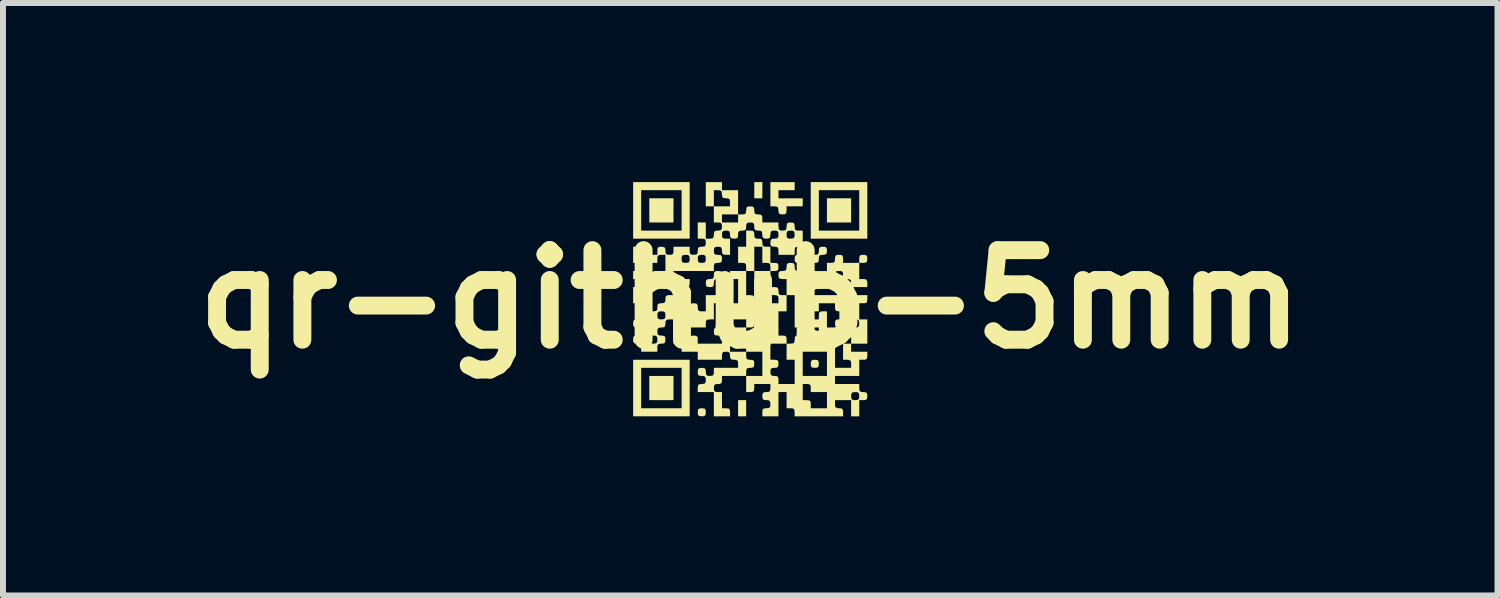
<source format=kicad_pcb>
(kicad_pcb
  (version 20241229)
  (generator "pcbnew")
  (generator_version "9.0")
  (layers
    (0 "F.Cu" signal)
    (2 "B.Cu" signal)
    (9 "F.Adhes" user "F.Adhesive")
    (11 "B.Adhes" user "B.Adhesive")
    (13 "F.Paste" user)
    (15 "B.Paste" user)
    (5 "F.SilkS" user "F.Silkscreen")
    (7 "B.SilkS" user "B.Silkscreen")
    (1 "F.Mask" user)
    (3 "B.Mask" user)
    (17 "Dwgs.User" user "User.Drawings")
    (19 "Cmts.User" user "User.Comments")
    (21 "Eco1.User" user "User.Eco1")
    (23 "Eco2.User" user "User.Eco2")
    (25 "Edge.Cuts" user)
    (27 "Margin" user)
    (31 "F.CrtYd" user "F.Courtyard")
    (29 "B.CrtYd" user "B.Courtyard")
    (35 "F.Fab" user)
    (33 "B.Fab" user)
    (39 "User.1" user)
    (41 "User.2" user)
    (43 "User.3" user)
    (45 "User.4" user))
  (footprint "qr-github-5mm"
    (layer "F.Cu")
    (at 9.514 1.961)
    (property "Reference" "qr-github-5mm" (at 0 0 0) (layer "F.SilkS") (effects (font (size 1.5 1.5) (thickness 0.3))))
    (attr board_only exclude_from_pos_files exclude_from_bom)
    (fp_poly (pts (xy -1.69 -0.406) (xy -1.69 -0.338) (xy -1.826 -0.338) (xy -1.961 -0.338) (xy -1.961 -0.406) (xy -1.961 -0.473) (xy -1.826 -0.473) (xy -1.69 -0.473)) (stroke (width 0) (type solid)) (fill yes) (layer "F.SilkS"))
    (fp_poly (pts (xy -1.285 -1.487) (xy -1.285 -1.285) (xy -1.487 -1.285) (xy -1.69 -1.285) (xy -1.69 -1.487) (xy -1.69 -1.69) (xy -1.487 -1.69) (xy -1.285 -1.69)) (stroke (width 0) (type solid)) (fill yes) (layer "F.SilkS"))
    (fp_poly (pts (xy -1.285 1.487) (xy -1.285 1.69) (xy -1.487 1.69) (xy -1.69 1.69) (xy -1.69 1.487) (xy -1.69 1.285) (xy -1.487 1.285) (xy -1.285 1.285)) (stroke (width 0) (type solid)) (fill yes) (layer "F.SilkS"))
    (fp_poly (pts (xy -0.068 1.826) (xy -0.068 1.961) (xy -0.135 1.961) (xy -0.203 1.961) (xy -0.203 1.826) (xy -0.203 1.69) (xy -0.135 1.69) (xy -0.068 1.69)) (stroke (width 0) (type solid)) (fill yes) (layer "F.SilkS"))
    (fp_poly (pts (xy 0.203 -1.826) (xy 0.203 -1.69) (xy 0.135 -1.69) (xy 0.068 -1.69) (xy 0.068 -1.826) (xy 0.068 -1.961) (xy 0.135 -1.961) (xy 0.203 -1.961)) (stroke (width 0) (type solid)) (fill yes) (layer "F.SilkS"))
    (fp_poly (pts (xy 1.69 -1.487) (xy 1.69 -1.285) (xy 1.487 -1.285) (xy 1.285 -1.285) (xy 1.285 -1.487) (xy 1.285 -1.69) (xy 1.487 -1.69) (xy 1.69 -1.69)) (stroke (width 0) (type solid)) (fill yes) (layer "F.SilkS"))
    (fp_poly (pts (xy -0.763 1.831) (xy -0.746 1.857) (xy -0.744 1.893) (xy -0.749 1.941) (xy -0.776 1.959) (xy -0.811 1.961) (xy -0.859 1.955) (xy -0.877 1.929) (xy -0.879 1.893) (xy -0.873 1.845) (xy -0.847 1.828) (xy -0.811 1.826)) (stroke (width 0) (type solid)) (fill yes) (layer "F.SilkS"))
    (fp_poly (pts (xy -0.493 0.479) (xy -0.475 0.505) (xy -0.473 0.541) (xy -0.479 0.589) (xy -0.505 0.606) (xy -0.541 0.609) (xy -0.589 0.603) (xy -0.606 0.577) (xy -0.609 0.541) (xy -0.603 0.493) (xy -0.577 0.475) (xy -0.541 0.473)) (stroke (width 0) (type solid)) (fill yes) (layer "F.SilkS"))
    (fp_poly (pts (xy 0.859 -0.738) (xy 0.877 -0.712) (xy 0.879 -0.676) (xy 0.873 -0.628) (xy 0.847 -0.611) (xy 0.811 -0.609) (xy 0.763 -0.614) (xy 0.746 -0.64) (xy 0.744 -0.676) (xy 0.749 -0.724) (xy 0.776 -0.742) (xy 0.811 -0.744)) (stroke (width 0) (type solid)) (fill yes) (layer "F.SilkS"))
    (fp_poly (pts (xy 1.13 1.02) (xy 1.147 1.046) (xy 1.149 1.082) (xy 1.144 1.13) (xy 1.117 1.147) (xy 1.082 1.149) (xy 1.034 1.144) (xy 1.016 1.117) (xy 1.014 1.082) (xy 1.02 1.034) (xy 1.046 1.016) (xy 1.082 1.014)) (stroke (width 0) (type solid)) (fill yes) (layer "F.SilkS"))
    (fp_poly (pts (xy 1.535 0.344) (xy 1.553 0.37) (xy 1.555 0.406) (xy 1.55 0.454) (xy 1.523 0.471) (xy 1.487 0.473) (xy 1.44 0.468) (xy 1.422 0.441) (xy 1.42 0.406) (xy 1.425 0.358) (xy 1.452 0.34) (xy 1.487 0.338)) (stroke (width 0) (type solid)) (fill yes) (layer "F.SilkS"))
    (fp_poly (pts (xy -1.014 -1.487) (xy -1.014 -1.014) (xy -1.487 -1.014) (xy -1.961 -1.014) (xy -1.961 -1.487) (xy -1.826 -1.487) (xy -1.826 -1.149) (xy -1.487 -1.149) (xy -1.149 -1.149) (xy -1.149 -1.487) (xy -1.149 -1.826) (xy -1.487 -1.826) (xy -1.826 -1.826) (xy -1.826 -1.487) (xy -1.961 -1.487) (xy -1.961 -1.961) (xy -1.487 -1.961) (xy -1.014 -1.961)) (stroke (width 0) (type solid)) (fill yes) (layer "F.SilkS"))
    (fp_poly (pts (xy -1.014 1.487) (xy -1.014 1.961) (xy -1.487 1.961) (xy -1.961 1.961) (xy -1.961 1.487) (xy -1.826 1.487) (xy -1.826 1.826) (xy -1.487 1.826) (xy -1.149 1.826) (xy -1.149 1.487) (xy -1.149 1.149) (xy -1.487 1.149) (xy -1.826 1.149) (xy -1.826 1.487) (xy -1.961 1.487) (xy -1.961 1.014) (xy -1.487 1.014) (xy -1.014 1.014)) (stroke (width 0) (type solid)) (fill yes) (layer "F.SilkS"))
    (fp_poly (pts (xy 1.961 -1.487) (xy 1.961 -1.014) (xy 1.487 -1.014) (xy 1.014 -1.014) (xy 1.014 -1.487) (xy 1.149 -1.487) (xy 1.149 -1.149) (xy 1.487 -1.149) (xy 1.826 -1.149) (xy 1.826 -1.487) (xy 1.826 -1.826) (xy 1.487 -1.826) (xy 1.149 -1.826) (xy 1.149 -1.487) (xy 1.014 -1.487) (xy 1.014 -1.961) (xy 1.487 -1.961) (xy 1.961 -1.961)) (stroke (width 0) (type solid)) (fill yes) (layer "F.SilkS"))
    (fp_poly (pts (xy 0.744 -1.893) (xy 0.744 -1.826) (xy 0.609 -1.826) (xy 0.473 -1.826) (xy 0.473 -1.758) (xy 0.473 -1.69) (xy 0.676 -1.69) (xy 0.879 -1.69) (xy 0.879 -1.623) (xy 0.879 -1.555) (xy 0.744 -1.555) (xy 0.609 -1.555) (xy 0.609 -1.487) (xy 0.603 -1.44) (xy 0.577 -1.422) (xy 0.541 -1.42) (xy 0.493 -1.425) (xy 0.475 -1.452) (xy 0.473 -1.487) (xy 0.468 -1.535) (xy 0.441 -1.553) (xy 0.406 -1.555) (xy 0.338 -1.555) (xy 0.338 -1.758) (xy 0.338 -1.961) (xy 0.541 -1.961) (xy 0.744 -1.961)) (stroke (width 0) (type solid)) (fill yes) (layer "F.SilkS"))
    (fp_poly (pts (xy 1.941 -0.738) (xy 1.959 -0.712) (xy 1.961 -0.676) (xy 1.955 -0.628) (xy 1.929 -0.611) (xy 1.893 -0.609) (xy 1.826 -0.609) (xy 1.826 -0.473) (xy 1.826 -0.338) (xy 1.893 -0.338) (xy 1.941 -0.332) (xy 1.959 -0.306) (xy 1.961 -0.27) (xy 1.961 -0.203) (xy 1.826 -0.203) (xy 1.69 -0.203) (xy 1.69 -0.27) (xy 1.685 -0.318) (xy 1.658 -0.336) (xy 1.623 -0.338) (xy 1.575 -0.332) (xy 1.557 -0.306) (xy 1.555 -0.27) (xy 1.55 -0.223) (xy 1.523 -0.205) (xy 1.487 -0.203) (xy 1.44 -0.208) (xy 1.422 -0.235) (xy 1.42 -0.27) (xy 1.414 -0.318) (xy 1.388 -0.336) (xy 1.352 -0.338) (xy 1.285 -0.338) (xy 1.285 -0.406) (xy 1.42 -0.406) (xy 1.425 -0.358) (xy 1.452 -0.34) (xy 1.487 -0.338) (xy 1.535 -0.344) (xy 1.553 -0.37) (xy 1.555 -0.406) (xy 1.55 -0.454) (xy 1.523 -0.471) (xy 1.487 -0.473) (xy 1.44 -0.468) (xy 1.422 -0.441) (xy 1.42 -0.406) (xy 1.285 -0.406) (xy 1.285 -0.473) (xy 1.285 -0.609) (xy 1.352 -0.609) (xy 1.4 -0.614) (xy 1.418 -0.64) (xy 1.42 -0.676) (xy 1.425 -0.724) (xy 1.452 -0.742) (xy 1.487 -0.744) (xy 1.535 -0.738) (xy 1.553 -0.712) (xy 1.555 -0.676) (xy 1.555 -0.609) (xy 1.69 -0.609) (xy 1.826 -0.609) (xy 1.826 -0.676) (xy 1.831 -0.724) (xy 1.857 -0.742) (xy 1.893 -0.744)) (stroke (width 0) (type solid)) (fill yes) (layer "F.SilkS"))
    (fp_poly (pts (xy 0.048 -1.144) (xy 0.066 -1.117) (xy 0.068 -1.082) (xy 0.073 -1.034) (xy 0.1 -1.016) (xy 0.135 -1.014) (xy 0.183 -1.009) (xy 0.201 -0.982) (xy 0.203 -0.947) (xy 0.208 -0.899) (xy 0.235 -0.881) (xy 0.27 -0.879) (xy 0.338 -0.879) (xy 0.338 -0.744) (xy 0.338 -0.609) (xy 0.406 -0.609) (xy 0.454 -0.603) (xy 0.471 -0.577) (xy 0.473 -0.541) (xy 0.468 -0.493) (xy 0.441 -0.475) (xy 0.406 -0.473) (xy 0.338 -0.473) (xy 0.338 -0.338) (xy 0.338 -0.203) (xy 0.406 -0.203) (xy 0.454 -0.197) (xy 0.471 -0.171) (xy 0.473 -0.135) (xy 0.479 -0.087) (xy 0.505 -0.07) (xy 0.541 -0.068) (xy 0.609 -0.068) (xy 0.609 0.068) (xy 0.609 0.203) (xy 0.541 0.203) (xy 0.473 0.203) (xy 0.473 0.406) (xy 0.473 0.609) (xy 0.541 0.609) (xy 0.589 0.614) (xy 0.606 0.64) (xy 0.609 0.676) (xy 0.609 0.744) (xy 0.473 0.744) (xy 0.338 0.744) (xy 0.338 0.676) (xy 0.332 0.628) (xy 0.306 0.611) (xy 0.27 0.609) (xy 0.223 0.603) (xy 0.205 0.577) (xy 0.203 0.541) (xy 0.208 0.493) (xy 0.235 0.475) (xy 0.27 0.473) (xy 0.338 0.473) (xy 0.338 0.338) (xy 0.338 0.203) (xy 0.27 0.203) (xy 0.223 0.208) (xy 0.205 0.235) (xy 0.203 0.27) (xy 0.197 0.318) (xy 0.171 0.336) (xy 0.135 0.338) (xy 0.087 0.344) (xy 0.07 0.37) (xy 0.068 0.406) (xy 0.062 0.454) (xy 0.036 0.471) (xy 0 0.473) (xy -0.068 0.473) (xy -0.068 0.609) (xy -0.068 0.744) (xy -0.135 0.744) (xy -0.183 0.738) (xy -0.201 0.712) (xy -0.203 0.676) (xy -0.208 0.628) (xy -0.235 0.611) (xy -0.27 0.609) (xy -0.318 0.603) (xy -0.336 0.577) (xy -0.338 0.541) (xy -0.338 0.473) (xy -0.203 0.473) (xy -0.068 0.473) (xy -0.068 0.406) (xy -0.068 0.338) (xy -0.203 0.338) (xy -0.338 0.338) (xy -0.338 0.27) (xy -0.344 0.223) (xy -0.37 0.205) (xy -0.406 0.203) (xy -0.454 0.197) (xy -0.471 0.171) (xy -0.473 0.135) (xy -0.473 0.068) (xy -0.338 0.068) (xy -0.203 0.068) (xy -0.203 -0.135) (xy -0.203 -0.338) (xy -0.27 -0.338) (xy -0.318 -0.332) (xy -0.336 -0.306) (xy -0.338 -0.27) (xy -0.344 -0.223) (xy -0.37 -0.205) (xy -0.406 -0.203) (xy -0.454 -0.208) (xy -0.471 -0.235) (xy -0.473 -0.27) (xy -0.479 -0.318) (xy -0.505 -0.336) (xy -0.541 -0.338) (xy -0.589 -0.332) (xy -0.606 -0.306) (xy -0.609 -0.27) (xy -0.614 -0.223) (xy -0.64 -0.205) (xy -0.676 -0.203) (xy -0.724 -0.208) (xy -0.742 -0.235) (xy -0.744 -0.27) (xy -0.738 -0.318) (xy -0.712 -0.336) (xy -0.676 -0.338) (xy -0.628 -0.344) (xy -0.611 -0.37) (xy -0.609 -0.406) (xy -0.603 -0.454) (xy -0.577 -0.471) (xy -0.541 -0.473) (xy -0.493 -0.468) (xy -0.475 -0.441) (xy -0.473 -0.406) (xy -0.468 -0.358) (xy -0.441 -0.34) (xy -0.406 -0.338) (xy -0.358 -0.344) (xy -0.34 -0.37) (xy -0.338 -0.406) (xy -0.338 -0.473) (xy -0.203 -0.473) (xy -0.068 -0.473) (xy -0.068 -0.27) (xy -0.068 -0.068) (xy 0 -0.068) (xy 0.048 -0.062) (xy 0.066 -0.036) (xy 0.068 0) (xy 0.068 0.068) (xy 0.27 0.068) (xy 0.473 0.068) (xy 0.473 0) (xy 0.468 -0.048) (xy 0.441 -0.066) (xy 0.406 -0.068) (xy 0.358 -0.073) (xy 0.34 -0.1) (xy 0.338 -0.135) (xy 0.332 -0.183) (xy 0.306 -0.201) (xy 0.27 -0.203) (xy 0.223 -0.208) (xy 0.205 -0.235) (xy 0.203 -0.27) (xy 0.197 -0.318) (xy 0.171 -0.336) (xy 0.135 -0.338) (xy 0.087 -0.344) (xy 0.07 -0.37) (xy 0.068 -0.406) (xy 0.068 -0.473) (xy 0.203 -0.473) (xy 0.338 -0.473) (xy 0.338 -0.541) (xy 0.332 -0.589) (xy 0.306 -0.606) (xy 0.27 -0.609) (xy 0.203 -0.609) (xy 0.203 -0.744) (xy 0.203 -0.879) (xy 0.135 -0.879) (xy 0.068 -0.879) (xy 0.068 -0.676) (xy 0.068 -0.473) (xy 0 -0.473) (xy -0.068 -0.473) (xy -0.068 -0.541) (xy -0.073 -0.589) (xy -0.1 -0.606) (xy -0.135 -0.609) (xy -0.203 -0.609) (xy -0.203 -0.744) (xy -0.203 -0.879) (xy -0.135 -0.879) (xy -0.068 -0.879) (xy -0.068 -1.014) (xy -0.068 -1.149) (xy 0 -1.149)) (stroke (width 0) (type solid)) (fill yes) (layer "F.SilkS"))
    (fp_poly (pts (xy -0.473 -1.893) (xy -0.473 -1.826) (xy -0.338 -1.826) (xy -0.203 -1.826) (xy -0.203 -1.623) (xy -0.203 -1.42) (xy -0.135 -1.42) (xy -0.087 -1.425) (xy -0.07 -1.452) (xy -0.068 -1.487) (xy -0.062 -1.535) (xy -0.036 -1.553) (xy 0 -1.555) (xy 0.048 -1.55) (xy 0.066 -1.523) (xy 0.068 -1.487) (xy 0.073 -1.44) (xy 0.1 -1.422) (xy 0.135 -1.42) (xy 0.183 -1.414) (xy 0.201 -1.388) (xy 0.203 -1.352) (xy 0.203 -1.285) (xy 0.338 -1.285) (xy 0.473 -1.285) (xy 0.473 -1.217) (xy 0.479 -1.169) (xy 0.505 -1.151) (xy 0.541 -1.149) (xy 0.589 -1.155) (xy 0.606 -1.181) (xy 0.609 -1.217) (xy 0.614 -1.265) (xy 0.64 -1.283) (xy 0.676 -1.285) (xy 0.724 -1.279) (xy 0.742 -1.253) (xy 0.744 -1.217) (xy 0.749 -1.169) (xy 0.776 -1.151) (xy 0.811 -1.149) (xy 0.879 -1.149) (xy 0.879 -1.014) (xy 0.879 -0.879) (xy 0.947 -0.879) (xy 0.994 -0.873) (xy 1.012 -0.847) (xy 1.014 -0.811) (xy 1.02 -0.763) (xy 1.046 -0.746) (xy 1.082 -0.744) (xy 1.13 -0.749) (xy 1.147 -0.776) (xy 1.149 -0.811) (xy 1.155 -0.859) (xy 1.181 -0.877) (xy 1.217 -0.879) (xy 1.265 -0.873) (xy 1.283 -0.847) (xy 1.285 -0.811) (xy 1.279 -0.763) (xy 1.253 -0.746) (xy 1.217 -0.744) (xy 1.169 -0.738) (xy 1.151 -0.712) (xy 1.149 -0.676) (xy 1.144 -0.628) (xy 1.117 -0.611) (xy 1.082 -0.609) (xy 1.034 -0.603) (xy 1.016 -0.577) (xy 1.014 -0.541) (xy 1.009 -0.493) (xy 0.982 -0.475) (xy 0.947 -0.473) (xy 0.899 -0.468) (xy 0.881 -0.441) (xy 0.879 -0.406) (xy 0.879 -0.338) (xy 1.014 -0.338) (xy 1.149 -0.338) (xy 1.149 -0.27) (xy 1.144 -0.223) (xy 1.117 -0.205) (xy 1.082 -0.203) (xy 1.034 -0.197) (xy 1.016 -0.171) (xy 1.014 -0.135) (xy 1.014 -0.068) (xy 1.487 -0.068) (xy 1.961 -0.068) (xy 1.961 0) (xy 1.955 0.048) (xy 1.929 0.066) (xy 1.893 0.068) (xy 1.826 0.068) (xy 1.826 0.203) (xy 1.826 0.338) (xy 1.893 0.338) (xy 1.961 0.338) (xy 1.961 0.541) (xy 1.961 0.744) (xy 1.826 0.744) (xy 1.69 0.744) (xy 1.69 0.811) (xy 1.69 0.879) (xy 1.826 0.879) (xy 1.961 0.879) (xy 1.961 0.947) (xy 1.955 0.994) (xy 1.929 1.012) (xy 1.893 1.014) (xy 1.826 1.014) (xy 1.826 1.149) (xy 1.826 1.285) (xy 1.623 1.285) (xy 1.42 1.285) (xy 1.42 1.352) (xy 1.42 1.42) (xy 1.623 1.42) (xy 1.826 1.42) (xy 1.826 1.487) (xy 1.831 1.535) (xy 1.857 1.553) (xy 1.893 1.555) (xy 1.941 1.561) (xy 1.959 1.587) (xy 1.961 1.623) (xy 1.955 1.671) (xy 1.929 1.688) (xy 1.893 1.69) (xy 1.826 1.69) (xy 1.826 1.826) (xy 1.826 1.961) (xy 1.758 1.961) (xy 1.69 1.961) (xy 1.69 1.826) (xy 1.69 1.69) (xy 1.555 1.69) (xy 1.42 1.69) (xy 1.42 1.758) (xy 1.425 1.806) (xy 1.452 1.823) (xy 1.487 1.826) (xy 1.535 1.831) (xy 1.553 1.857) (xy 1.555 1.893) (xy 1.555 1.961) (xy 1.149 1.961) (xy 0.744 1.961) (xy 0.744 1.893) (xy 0.738 1.845) (xy 0.712 1.828) (xy 0.676 1.826) (xy 0.609 1.826) (xy 0.609 1.69) (xy 0.609 1.555) (xy 0.879 1.555) (xy 0.879 1.69) (xy 0.947 1.69) (xy 0.994 1.696) (xy 1.012 1.722) (xy 1.014 1.758) (xy 1.014 1.826) (xy 1.149 1.826) (xy 1.285 1.826) (xy 1.285 1.69) (xy 1.285 1.623) (xy 1.69 1.623) (xy 1.696 1.671) (xy 1.722 1.688) (xy 1.758 1.69) (xy 1.806 1.685) (xy 1.823 1.658) (xy 1.826 1.623) (xy 1.82 1.575) (xy 1.794 1.557) (xy 1.758 1.555) (xy 1.71 1.561) (xy 1.692 1.587) (xy 1.69 1.623) (xy 1.285 1.623) (xy 1.285 1.555) (xy 1.149 1.555) (xy 1.014 1.555) (xy 1.014 1.487) (xy 1.009 1.44) (xy 0.982 1.422) (xy 0.947 1.42) (xy 0.879 1.42) (xy 0.879 1.555) (xy 0.609 1.555) (xy 0.541 1.555) (xy 0.473 1.555) (xy 0.473 1.758) (xy 0.473 1.961) (xy 0.338 1.961) (xy 0.203 1.961) (xy 0.203 1.893) (xy 0.208 1.845) (xy 0.235 1.828) (xy 0.27 1.826) (xy 0.318 1.82) (xy 0.336 1.794) (xy 0.338 1.758) (xy 0.332 1.71) (xy 0.306 1.692) (xy 0.27 1.69) (xy 0.223 1.685) (xy 0.205 1.658) (xy 0.203 1.623) (xy 0.208 1.575) (xy 0.235 1.557) (xy 0.27 1.555) (xy 0.318 1.55) (xy 0.336 1.523) (xy 0.338 1.487) (xy 0.338 1.42) (xy 0.203 1.42) (xy 0.068 1.42) (xy 0.068 1.487) (xy 0.062 1.535) (xy 0.036 1.553) (xy 0 1.555) (xy -0.068 1.555) (xy -0.068 1.42) (xy -0.068 1.285) (xy -0.27 1.285) (xy -0.473 1.285) (xy -0.473 1.352) (xy -0.479 1.4) (xy -0.505 1.418) (xy -0.541 1.42) (xy -0.589 1.425) (xy -0.606 1.452) (xy -0.609 1.487) (xy -0.603 1.535) (xy -0.577 1.553) (xy -0.541 1.555) (xy -0.473 1.555) (xy -0.473 1.69) (xy -0.473 1.826) (xy -0.406 1.826) (xy -0.358 1.831) (xy -0.34 1.857) (xy -0.338 1.893) (xy -0.338 1.961) (xy -0.473 1.961) (xy -0.609 1.961) (xy -0.609 1.758) (xy -0.609 1.555) (xy -0.744 1.555) (xy -0.879 1.555) (xy -0.879 1.487) (xy -0.873 1.44) (xy -0.847 1.422) (xy -0.811 1.42) (xy -0.763 1.414) (xy -0.746 1.388) (xy -0.744 1.352) (xy -0.749 1.304) (xy -0.776 1.287) (xy -0.811 1.285) (xy -0.859 1.279) (xy -0.877 1.253) (xy -0.879 1.217) (xy -0.873 1.169) (xy -0.847 1.151) (xy -0.811 1.149) (xy -0.763 1.155) (xy -0.746 1.181) (xy -0.744 1.217) (xy -0.738 1.265) (xy -0.712 1.283) (xy -0.676 1.285) (xy -0.628 1.279) (xy -0.611 1.253) (xy -0.609 1.217) (xy -0.609 1.149) (xy -0.406 1.149) (xy -0.203 1.149) (xy -0.203 1.082) (xy -0.208 1.034) (xy -0.235 1.016) (xy -0.27 1.014) (xy -0.318 1.009) (xy -0.336 0.982) (xy -0.338 0.947) (xy -0.068 0.947) (xy -0.062 0.994) (xy -0.036 1.012) (xy 0 1.014) (xy 0.048 1.02) (xy 0.066 1.046) (xy 0.068 1.082) (xy 0.062 1.13) (xy 0.036 1.147) (xy 0 1.149) (xy -0.048 1.155) (xy -0.066 1.181) (xy -0.068 1.217) (xy -0.068 1.285) (xy 0.068 1.285) (xy 0.203 1.285) (xy 0.203 1.082) (xy 0.203 0.879) (xy 0.068 0.879) (xy -0.068 0.879) (xy -0.068 0.947) (xy -0.338 0.947) (xy -0.344 0.899) (xy -0.37 0.881) (xy -0.406 0.879) (xy -0.454 0.885) (xy -0.471 0.911) (xy -0.473 0.947) (xy -0.473 1.014) (xy -0.676 1.014) (xy -0.879 1.014) (xy -0.879 0.947) (xy -0.879 0.879) (xy -1.014 0.879) (xy -1.149 0.879) (xy -1.149 0.811) (xy -1.155 0.763) (xy -1.181 0.746) (xy -1.217 0.744) (xy -1.285 0.744) (xy -1.285 0.541) (xy -1.285 0.338) (xy -1.352 0.338) (xy -1.4 0.344) (xy -1.418 0.37) (xy -1.42 0.406) (xy -1.425 0.454) (xy -1.452 0.471) (xy -1.487 0.473) (xy -1.535 0.479) (xy -1.553 0.505) (xy -1.555 0.541) (xy -1.55 0.589) (xy -1.523 0.606) (xy -1.487 0.609) (xy -1.44 0.614) (xy -1.422 0.64) (xy -1.42 0.676) (xy -1.425 0.724) (xy -1.452 0.742) (xy -1.487 0.744) (xy -1.535 0.749) (xy -1.553 0.776) (xy -1.555 0.811) (xy -1.555 0.879) (xy -1.69 0.879) (xy -1.826 0.879) (xy -1.826 0.811) (xy -1.831 0.763) (xy -1.857 0.746) (xy -1.893 0.744) (xy -1.941 0.738) (xy -1.959 0.712) (xy -1.961 0.676) (xy -1.69 0.676) (xy -1.685 0.724) (xy -1.658 0.742) (xy -1.623 0.744) (xy -1.575 0.738) (xy -1.557 0.712) (xy -1.555 0.676) (xy -1.561 0.628) (xy -1.587 0.611) (xy -1.623 0.609) (xy -1.671 0.614) (xy -1.688 0.64) (xy -1.69 0.676) (xy -1.961 0.676) (xy -1.955 0.628) (xy -1.929 0.611) (xy -1.893 0.609) (xy -1.845 0.603) (xy -1.828 0.577) (xy -1.826 0.541) (xy -1.831 0.493) (xy -1.857 0.475) (xy -1.893 0.473) (xy -1.941 0.468) (xy -1.959 0.441) (xy -1.961 0.406) (xy -1.955 0.358) (xy -1.929 0.34) (xy -1.893 0.338) (xy -1.826 0.338) (xy -1.826 0.27) (xy -1.555 0.27) (xy -1.55 0.318) (xy -1.523 0.336) (xy -1.487 0.338) (xy -1.44 0.332) (xy -1.422 0.306) (xy -1.42 0.27) (xy -1.425 0.223) (xy -1.452 0.205) (xy -1.487 0.203) (xy -1.535 0.208) (xy -1.553 0.235) (xy -1.555 0.27) (xy -1.826 0.27) (xy -1.826 0.203) (xy -1.826 0.068) (xy -1.893 0.068) (xy -1.961 0.068) (xy -1.961 -0.068) (xy -1.961 -0.203) (xy -1.826 -0.203) (xy -1.69 -0.203) (xy -1.69 0) (xy -1.69 0.203) (xy -1.623 0.203) (xy -1.575 0.197) (xy -1.557 0.171) (xy -1.555 0.135) (xy -1.55 0.087) (xy -1.523 0.07) (xy -1.487 0.068) (xy -1.44 0.062) (xy -1.422 0.036) (xy -1.42 0) (xy -1.414 -0.048) (xy -1.388 -0.066) (xy -1.352 -0.068) (xy -1.285 -0.068) (xy -1.285 -0.203) (xy -1.285 -0.338) (xy -1.149 -0.338) (xy -1.014 -0.338) (xy -1.014 -0.27) (xy -1.02 -0.223) (xy -1.046 -0.205) (xy -1.082 -0.203) (xy -1.13 -0.197) (xy -1.147 -0.171) (xy -1.149 -0.135) (xy -1.144 -0.087) (xy -1.117 -0.07) (xy -1.082 -0.068) (xy -1.034 -0.062) (xy -1.016 -0.036) (xy -1.014 0) (xy -1.02 0.048) (xy -1.046 0.066) (xy -1.082 0.068) (xy -1.13 0.073) (xy -1.147 0.1) (xy -1.149 0.135) (xy -1.144 0.183) (xy -1.117 0.201) (xy -1.082 0.203) (xy -1.034 0.197) (xy -1.016 0.171) (xy -1.014 0.135) (xy -1.009 0.087) (xy -0.982 0.07) (xy -0.947 0.068) (xy -0.899 0.073) (xy -0.881 0.1) (xy -0.879 0.135) (xy -0.873 0.183) (xy -0.847 0.201) (xy -0.811 0.203) (xy -0.744 0.203) (xy -0.744 0.068) (xy -0.744 -0.068) (xy -0.609 -0.068) (xy -0.473 -0.068) (xy -0.473 0) (xy -0.479 0.048) (xy -0.505 0.066) (xy -0.541 0.068) (xy -0.609 0.068) (xy -0.609 0.203) (xy -0.609 0.338) (xy -0.676 0.338) (xy -0.724 0.344) (xy -0.742 0.37) (xy -0.744 0.406) (xy -0.744 0.473) (xy -0.879 0.473) (xy -1.014 0.473) (xy -1.014 0.406) (xy -1.02 0.358) (xy -1.046 0.34) (xy -1.082 0.338) (xy -1.13 0.344) (xy -1.147 0.37) (xy -1.149 0.406) (xy -1.144 0.454) (xy -1.117 0.471) (xy -1.082 0.473) (xy -1.034 0.479) (xy -1.016 0.505) (xy -1.014 0.541) (xy -1.02 0.589) (xy -1.046 0.606) (xy -1.082 0.609) (xy -1.13 0.614) (xy -1.147 0.64) (xy -1.149 0.676) (xy -1.144 0.724) (xy -1.117 0.742) (xy -1.082 0.744) (xy -1.034 0.738) (xy -1.016 0.712) (xy -1.014 0.676) (xy -1.009 0.628) (xy -0.982 0.611) (xy -0.947 0.609) (xy -0.899 0.614) (xy -0.881 0.64) (xy -0.879 0.676) (xy -0.879 0.744) (xy -0.676 0.744) (xy -0.473 0.744) (xy -0.473 0.676) (xy -0.468 0.628) (xy -0.441 0.611) (xy -0.406 0.609) (xy -0.338 0.609) (xy -0.338 0.744) (xy -0.338 0.879) (xy -0.203 0.879) (xy -0.068 0.879) (xy -0.068 0.811) (xy -0.062 0.763) (xy -0.036 0.746) (xy 0 0.744) (xy 0.048 0.738) (xy 0.066 0.712) (xy 0.068 0.676) (xy 0.073 0.628) (xy 0.1 0.611) (xy 0.135 0.609) (xy 0.183 0.614) (xy 0.201 0.64) (xy 0.203 0.676) (xy 0.208 0.724) (xy 0.235 0.742) (xy 0.27 0.744) (xy 0.338 0.744) (xy 0.338 0.879) (xy 0.338 1.014) (xy 0.406 1.014) (xy 0.454 1.02) (xy 0.471 1.046) (xy 0.473 1.082) (xy 0.468 1.13) (xy 0.441 1.147) (xy 0.406 1.149) (xy 0.358 1.155) (xy 0.34 1.181) (xy 0.338 1.217) (xy 0.344 1.265) (xy 0.37 1.283) (xy 0.406 1.285) (xy 0.454 1.29) (xy 0.471 1.317) (xy 0.473 1.352) (xy 0.473 1.42) (xy 0.609 1.42) (xy 0.744 1.42) (xy 0.744 1.217) (xy 0.744 1.082) (xy 0.879 1.082) (xy 0.879 1.285) (xy 1.082 1.285) (xy 1.285 1.285) (xy 1.285 1.082) (xy 1.285 0.879) (xy 1.082 0.879) (xy 0.879 0.879) (xy 0.879 1.082) (xy 0.744 1.082) (xy 0.744 1.014) (xy 0.676 1.014) (xy 0.609 1.014) (xy 0.609 0.879) (xy 0.609 0.744) (xy 0.676 0.744) (xy 0.724 0.738) (xy 0.742 0.712) (xy 0.744 0.676) (xy 0.749 0.628) (xy 0.776 0.611) (xy 0.811 0.609) (xy 1.014 0.609) (xy 1.014 0.744) (xy 1.082 0.744) (xy 1.149 0.744) (xy 1.149 0.609) (xy 1.149 0.473) (xy 1.082 0.473) (xy 1.014 0.473) (xy 1.014 0.609) (xy 0.811 0.609) (xy 0.859 0.603) (xy 0.877 0.577) (xy 0.879 0.541) (xy 0.873 0.493) (xy 0.847 0.475) (xy 0.811 0.473) (xy 0.744 0.473) (xy 0.744 0.203) (xy 0.879 0.203) (xy 0.879 0.27) (xy 0.879 0.338) (xy 1.014 0.338) (xy 1.149 0.338) (xy 1.149 0.27) (xy 1.155 0.223) (xy 1.181 0.205) (xy 1.217 0.203) (xy 1.285 0.203) (xy 1.285 0.338) (xy 1.285 0.473) (xy 1.352 0.473) (xy 1.42 0.473) (xy 1.42 0.811) (xy 1.42 1.149) (xy 1.555 1.149) (xy 1.69 1.149) (xy 1.69 1.082) (xy 1.685 1.034) (xy 1.658 1.016) (xy 1.623 1.014) (xy 1.555 1.014) (xy 1.555 0.879) (xy 1.555 0.744) (xy 1.623 0.744) (xy 1.69 0.744) (xy 1.69 0.609) (xy 1.69 0.473) (xy 1.758 0.473) (xy 1.806 0.468) (xy 1.823 0.441) (xy 1.826 0.406) (xy 1.82 0.358) (xy 1.794 0.34) (xy 1.758 0.338) (xy 1.69 0.338) (xy 1.69 0.203) (xy 1.69 0.068) (xy 1.623 0.068) (xy 1.575 0.073) (xy 1.557 0.1) (xy 1.555 0.135) (xy 1.55 0.183) (xy 1.523 0.201) (xy 1.487 0.203) (xy 1.44 0.197) (xy 1.422 0.171) (xy 1.42 0.135) (xy 1.42 0.068) (xy 1.285 0.068) (xy 1.149 0.068) (xy 1.149 0.135) (xy 1.149 0.203) (xy 1.014 0.203) (xy 0.879 0.203) (xy 0.744 0.203) (xy 0.744 0) (xy 0.879 0) (xy 0.885 0.048) (xy 0.911 0.066) (xy 0.947 0.068) (xy 0.994 0.062) (xy 1.012 0.036) (xy 1.014 0) (xy 1.009 -0.048) (xy 0.982 -0.066) (xy 0.947 -0.068) (xy 0.899 -0.062) (xy 0.881 -0.036) (xy 0.879 0) (xy 0.744 0) (xy 0.744 -0.068) (xy 0.676 -0.068) (xy 0.609 -0.068) (xy 0.609 -0.203) (xy 0.609 -0.338) (xy 0.541 -0.338) (xy 0.493 -0.344) (xy 0.475 -0.37) (xy 0.473 -0.406) (xy 0.479 -0.454) (xy 0.505 -0.471) (xy 0.541 -0.473) (xy 0.589 -0.479) (xy 0.606 -0.505) (xy 0.609 -0.541) (xy 0.614 -0.589) (xy 0.64 -0.606) (xy 0.676 -0.609) (xy 0.724 -0.603) (xy 0.742 -0.577) (xy 0.744 -0.541) (xy 0.749 -0.493) (xy 0.776 -0.475) (xy 0.811 -0.473) (xy 0.859 -0.479) (xy 0.877 -0.505) (xy 0.879 -0.541) (xy 0.885 -0.589) (xy 0.911 -0.606) (xy 0.947 -0.609) (xy 0.994 -0.614) (xy 1.012 -0.64) (xy 1.014 -0.676) (xy 1.009 -0.724) (xy 0.982 -0.742) (xy 0.947 -0.744) (xy 0.899 -0.749) (xy 0.881 -0.776) (xy 0.879 -0.811) (xy 0.873 -0.859) (xy 0.847 -0.877) (xy 0.811 -0.879) (xy 0.763 -0.873) (xy 0.746 -0.847) (xy 0.744 -0.811) (xy 0.744 -0.744) (xy 0.609 -0.744) (xy 0.473 -0.744) (xy 0.473 -0.811) (xy 0.468 -0.859) (xy 0.441 -0.877) (xy 0.406 -0.879) (xy 0.358 -0.885) (xy 0.34 -0.911) (xy 0.338 -0.947) (xy 0.344 -0.994) (xy 0.37 -1.012) (xy 0.406 -1.014) (xy 0.454 -1.02) (xy 0.471 -1.046) (xy 0.473 -1.082) (xy 0.609 -1.082) (xy 0.614 -1.034) (xy 0.64 -1.016) (xy 0.676 -1.014) (xy 0.724 -1.02) (xy 0.742 -1.046) (xy 0.744 -1.082) (xy 0.738 -1.13) (xy 0.712 -1.147) (xy 0.676 -1.149) (xy 0.628 -1.144) (xy 0.611 -1.117) (xy 0.609 -1.082) (xy 0.473 -1.082) (xy 0.468 -1.13) (xy 0.441 -1.147) (xy 0.406 -1.149) (xy 0.358 -1.144) (xy 0.34 -1.117) (xy 0.338 -1.082) (xy 0.332 -1.034) (xy 0.306 -1.016) (xy 0.27 -1.014) (xy 0.223 -1.02) (xy 0.205 -1.046) (xy 0.203 -1.082) (xy 0.197 -1.13) (xy 0.171 -1.147) (xy 0.135 -1.149) (xy 0.087 -1.155) (xy 0.07 -1.181) (xy 0.068 -1.217) (xy 0.062 -1.265) (xy 0.036 -1.283) (xy 0 -1.285) (xy -0.048 -1.279) (xy -0.066 -1.253) (xy -0.068 -1.217) (xy -0.073 -1.169) (xy -0.1 -1.151) (xy -0.135 -1.149) (xy -0.183 -1.144) (xy -0.201 -1.117) (xy -0.203 -1.082) (xy -0.208 -1.034) (xy -0.235 -1.016) (xy -0.27 -1.014) (xy -0.318 -1.02) (xy -0.336 -1.046) (xy -0.338 -1.082) (xy -0.344 -1.13) (xy -0.37 -1.147) (xy -0.406 -1.149) (xy -0.454 -1.144) (xy -0.471 -1.117) (xy -0.473 -1.082) (xy -0.468 -1.034) (xy -0.441 -1.016) (xy -0.406 -1.014) (xy -0.338 -1.014) (xy -0.338 -0.879) (xy -0.338 -0.744) (xy -0.406 -0.744) (xy -0.454 -0.749) (xy -0.471 -0.776) (xy -0.473 -0.811) (xy -0.479 -0.859) (xy -0.505 -0.877) (xy -0.541 -0.879) (xy -0.589 -0.873) (xy -0.606 -0.847) (xy -0.609 -0.811) (xy -0.603 -0.763) (xy -0.577 -0.746) (xy -0.541 -0.744) (xy -0.493 -0.738) (xy -0.475 -0.712) (xy -0.473 -0.676) (xy -0.479 -0.628) (xy -0.505 -0.611) (xy -0.541 -0.609) (xy -0.589 -0.603) (xy -0.606 -0.577) (xy -0.609 -0.541) (xy -0.609 -0.473) (xy -0.947 -0.473) (xy -1.285 -0.473) (xy -1.285 -0.406) (xy -1.285 -0.338) (xy -1.42 -0.338) (xy -1.555 -0.338) (xy -1.555 -0.406) (xy -1.55 -0.454) (xy -1.523 -0.471) (xy -1.487 -0.473) (xy -1.42 -0.473) (xy -1.42 -0.609) (xy -1.42 -0.676) (xy -1.149 -0.676) (xy -1.144 -0.628) (xy -1.117 -0.611) (xy -1.082 -0.609) (xy -1.034 -0.614) (xy -1.016 -0.64) (xy -1.014 -0.676) (xy -0.879 -0.676) (xy -0.873 -0.628) (xy -0.847 -0.611) (xy -0.811 -0.609) (xy -0.763 -0.614) (xy -0.746 -0.64) (xy -0.744 -0.676) (xy -0.749 -0.724) (xy -0.776 -0.742) (xy -0.811 -0.744) (xy -0.859 -0.738) (xy -0.877 -0.712) (xy -0.879 -0.676) (xy -1.014 -0.676) (xy -1.02 -0.724) (xy -1.046 -0.742) (xy -1.082 -0.744) (xy -1.13 -0.738) (xy -1.147 -0.712) (xy -1.149 -0.676) (xy -1.42 -0.676) (xy -1.42 -0.744) (xy -1.487 -0.744) (xy -1.535 -0.738) (xy -1.553 -0.712) (xy -1.555 -0.676) (xy -1.555 -0.609) (xy -1.758 -0.609) (xy -1.961 -0.609) (xy -1.961 -0.744) (xy -1.961 -0.879) (xy -1.893 -0.879) (xy -1.845 -0.873) (xy -1.828 -0.847) (xy -1.826 -0.811) (xy -1.826 -0.744) (xy -1.69 -0.744) (xy -1.555 -0.744) (xy -1.555 -0.811) (xy -1.55 -0.859) (xy -1.523 -0.877) (xy -1.487 -0.879) (xy -1.44 -0.873) (xy -1.422 -0.847) (xy -1.42 -0.811) (xy -1.414 -0.763) (xy -1.388 -0.746) (xy -1.352 -0.744) (xy -1.304 -0.749) (xy -1.287 -0.776) (xy -1.285 -0.811) (xy -1.285 -0.879) (xy -1.149 -0.879) (xy -1.014 -0.879) (xy -1.014 -0.811) (xy -1.009 -0.763) (xy -0.982 -0.746) (xy -0.947 -0.744) (xy -0.899 -0.749) (xy -0.881 -0.776) (xy -0.879 -0.811) (xy -0.873 -0.859) (xy -0.847 -0.877) (xy -0.811 -0.879) (xy -0.763 -0.885) (xy -0.746 -0.911) (xy -0.744 -0.947) (xy -0.749 -0.994) (xy -0.776 -1.012) (xy -0.811 -1.014) (xy -0.879 -1.014) (xy -0.879 -1.149) (xy -0.879 -1.285) (xy -0.811 -1.285) (xy -0.744 -1.285) (xy -0.744 -1.149) (xy -0.744 -1.014) (xy -0.676 -1.014) (xy -0.628 -1.02) (xy -0.611 -1.046) (xy -0.609 -1.082) (xy -0.603 -1.13) (xy -0.577 -1.147) (xy -0.541 -1.149) (xy -0.493 -1.155) (xy -0.475 -1.181) (xy -0.473 -1.217) (xy -0.479 -1.265) (xy -0.505 -1.283) (xy -0.541 -1.285) (xy -0.609 -1.285) (xy -0.609 -1.352) (xy -0.473 -1.352) (xy -0.473 -1.285) (xy -0.338 -1.285) (xy -0.203 -1.285) (xy -0.203 -1.352) (xy -0.203 -1.42) (xy -0.338 -1.42) (xy -0.473 -1.42) (xy -0.473 -1.352) (xy -0.609 -1.352) (xy -0.609 -1.42) (xy -0.609 -1.555) (xy -0.676 -1.555) (xy -0.744 -1.555) (xy -0.744 -1.69) (xy -0.609 -1.69) (xy -0.609 -1.555) (xy -0.473 -1.555) (xy -0.338 -1.555) (xy -0.338 -1.623) (xy -0.344 -1.671) (xy -0.37 -1.688) (xy -0.406 -1.69) (xy -0.454 -1.696) (xy -0.471 -1.722) (xy -0.473 -1.758) (xy -0.479 -1.806) (xy -0.505 -1.823) (xy -0.541 -1.826) (xy -0.609 -1.826) (xy -0.609 -1.69) (xy -0.744 -1.69) (xy -0.744 -1.758) (xy -0.744 -1.961) (xy -0.609 -1.961) (xy -0.473 -1.961)) (stroke (width 0) (type solid)) (fill yes) (layer "F.SilkS")))
  (gr_rect
    (start -3 -3)
    (end 22.029 6.922)
    (stroke (width 0.1) (type default))
    (fill no)
    (layer "Edge.Cuts")))
</source>
